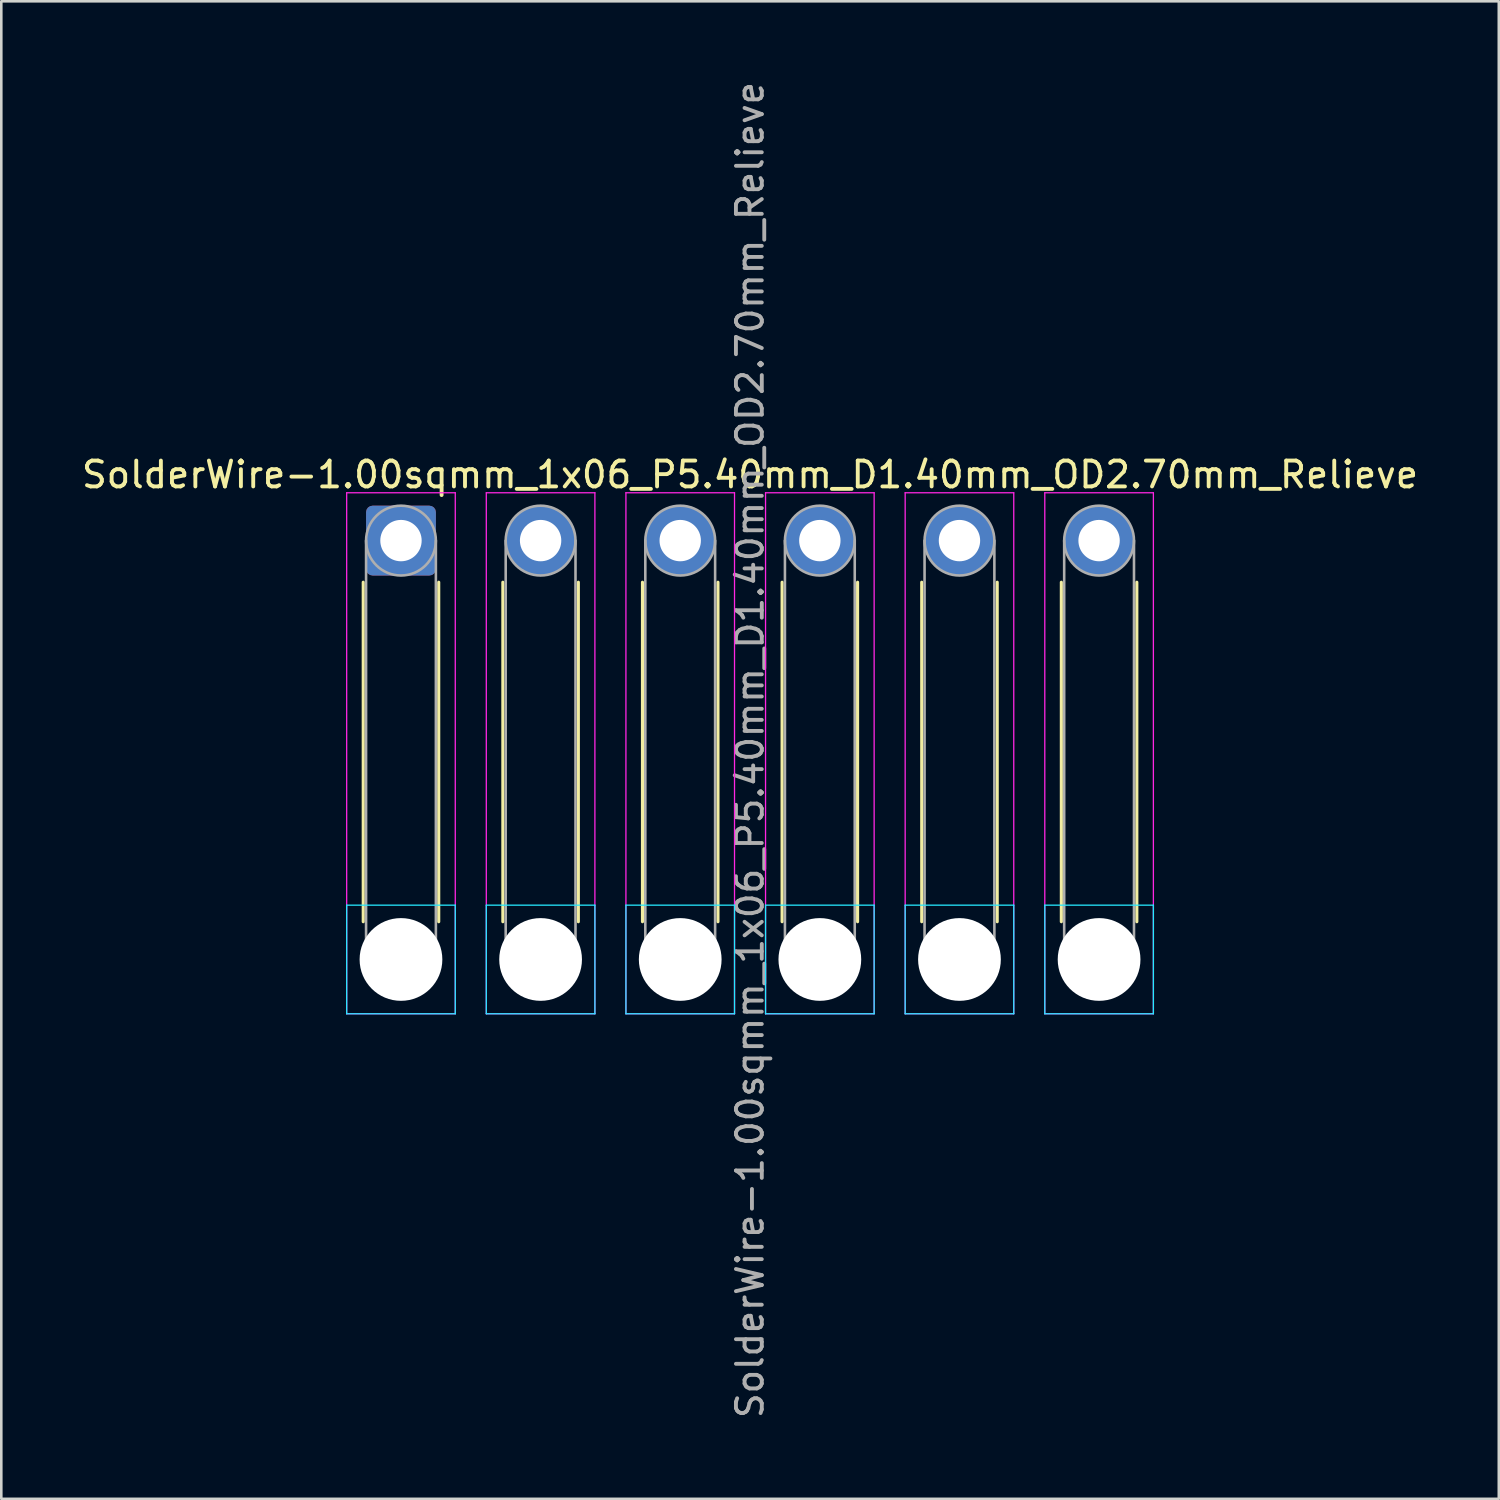
<source format=kicad_pcb>
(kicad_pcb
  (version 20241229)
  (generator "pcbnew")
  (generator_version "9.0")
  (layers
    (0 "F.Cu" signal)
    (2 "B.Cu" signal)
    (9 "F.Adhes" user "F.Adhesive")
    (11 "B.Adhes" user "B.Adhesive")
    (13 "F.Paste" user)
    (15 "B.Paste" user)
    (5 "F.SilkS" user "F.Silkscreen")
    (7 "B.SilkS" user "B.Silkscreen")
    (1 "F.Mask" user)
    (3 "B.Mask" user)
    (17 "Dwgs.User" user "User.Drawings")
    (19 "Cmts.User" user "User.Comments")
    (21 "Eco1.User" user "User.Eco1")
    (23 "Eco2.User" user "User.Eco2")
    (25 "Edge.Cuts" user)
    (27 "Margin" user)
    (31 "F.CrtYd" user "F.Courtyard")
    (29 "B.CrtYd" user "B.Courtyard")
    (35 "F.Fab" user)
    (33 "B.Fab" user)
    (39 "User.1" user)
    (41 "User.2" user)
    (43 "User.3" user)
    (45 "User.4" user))
  (footprint "SolderWire-1.00sqmm_1x06_P5.40mm_D1.40mm_OD2.70mm_Relieve"
    (layer "F.Cu")
    (at 12.458 17.858)
    (property "Reference" "SolderWire-1.00sqmm_1x06_P5.40mm_D1.40mm_OD2.70mm_Relieve" (at 13.5 -2.55 0) (layer "F.SilkS") (effects (font (size 1 1) (thickness 0.15))))
    (attr exclude_from_pos_files exclude_from_bom)
    (fp_line (start -1.46 1.61) (end -1.46 14.74) (stroke (width 0.12) (type solid)) (layer "F.SilkS"))
    (fp_line (start 1.46 1.61) (end 1.46 14.74) (stroke (width 0.12) (type solid)) (layer "F.SilkS"))
    (fp_line (start 3.94 1.61) (end 3.94 14.74) (stroke (width 0.12) (type solid)) (layer "F.SilkS"))
    (fp_line (start 6.86 1.61) (end 6.86 14.74) (stroke (width 0.12) (type solid)) (layer "F.SilkS"))
    (fp_line (start 9.34 1.61) (end 9.34 14.74) (stroke (width 0.12) (type solid)) (layer "F.SilkS"))
    (fp_line (start 12.26 1.61) (end 12.26 14.74) (stroke (width 0.12) (type solid)) (layer "F.SilkS"))
    (fp_line (start 14.74 1.61) (end 14.74 14.74) (stroke (width 0.12) (type solid)) (layer "F.SilkS"))
    (fp_line (start 17.66 1.61) (end 17.66 14.74) (stroke (width 0.12) (type solid)) (layer "F.SilkS"))
    (fp_line (start 20.14 1.61) (end 20.14 14.74) (stroke (width 0.12) (type solid)) (layer "F.SilkS"))
    (fp_line (start 23.06 1.61) (end 23.06 14.74) (stroke (width 0.12) (type solid)) (layer "F.SilkS"))
    (fp_line (start 25.54 1.61) (end 25.54 14.74) (stroke (width 0.12) (type solid)) (layer "F.SilkS"))
    (fp_line (start 28.46 1.61) (end 28.46 14.74) (stroke (width 0.12) (type solid)) (layer "F.SilkS"))
    (fp_line (start -2.1 14.1) (end -2.1 18.3) (stroke (width 0.05) (type solid)) (layer "B.CrtYd"))
    (fp_line (start -2.1 18.3) (end 2.1 18.3) (stroke (width 0.05) (type solid)) (layer "B.CrtYd"))
    (fp_line (start 2.1 14.1) (end -2.1 14.1) (stroke (width 0.05) (type solid)) (layer "B.CrtYd"))
    (fp_line (start 2.1 18.3) (end 2.1 14.1) (stroke (width 0.05) (type solid)) (layer "B.CrtYd"))
    (fp_line (start 3.3 14.1) (end 3.3 18.3) (stroke (width 0.05) (type solid)) (layer "B.CrtYd"))
    (fp_line (start 3.3 18.3) (end 7.5 18.3) (stroke (width 0.05) (type solid)) (layer "B.CrtYd"))
    (fp_line (start 7.5 14.1) (end 3.3 14.1) (stroke (width 0.05) (type solid)) (layer "B.CrtYd"))
    (fp_line (start 7.5 18.3) (end 7.5 14.1) (stroke (width 0.05) (type solid)) (layer "B.CrtYd"))
    (fp_line (start 8.7 14.1) (end 8.7 18.3) (stroke (width 0.05) (type solid)) (layer "B.CrtYd"))
    (fp_line (start 8.7 18.3) (end 12.9 18.3) (stroke (width 0.05) (type solid)) (layer "B.CrtYd"))
    (fp_line (start 12.9 14.1) (end 8.7 14.1) (stroke (width 0.05) (type solid)) (layer "B.CrtYd"))
    (fp_line (start 12.9 18.3) (end 12.9 14.1) (stroke (width 0.05) (type solid)) (layer "B.CrtYd"))
    (fp_line (start 14.1 14.1) (end 14.1 18.3) (stroke (width 0.05) (type solid)) (layer "B.CrtYd"))
    (fp_line (start 14.1 18.3) (end 18.3 18.3) (stroke (width 0.05) (type solid)) (layer "B.CrtYd"))
    (fp_line (start 18.3 14.1) (end 14.1 14.1) (stroke (width 0.05) (type solid)) (layer "B.CrtYd"))
    (fp_line (start 18.3 18.3) (end 18.3 14.1) (stroke (width 0.05) (type solid)) (layer "B.CrtYd"))
    (fp_line (start 19.5 14.1) (end 19.5 18.3) (stroke (width 0.05) (type solid)) (layer "B.CrtYd"))
    (fp_line (start 19.5 18.3) (end 23.7 18.3) (stroke (width 0.05) (type solid)) (layer "B.CrtYd"))
    (fp_line (start 23.7 14.1) (end 19.5 14.1) (stroke (width 0.05) (type solid)) (layer "B.CrtYd"))
    (fp_line (start 23.7 18.3) (end 23.7 14.1) (stroke (width 0.05) (type solid)) (layer "B.CrtYd"))
    (fp_line (start 24.9 14.1) (end 24.9 18.3) (stroke (width 0.05) (type solid)) (layer "B.CrtYd"))
    (fp_line (start 24.9 18.3) (end 29.1 18.3) (stroke (width 0.05) (type solid)) (layer "B.CrtYd"))
    (fp_line (start 29.1 14.1) (end 24.9 14.1) (stroke (width 0.05) (type solid)) (layer "B.CrtYd"))
    (fp_line (start 29.1 18.3) (end 29.1 14.1) (stroke (width 0.05) (type solid)) (layer "B.CrtYd"))
    (fp_line (start -2.1 -1.85) (end -2.1 18.3) (stroke (width 0.05) (type solid)) (layer "F.CrtYd"))
    (fp_line (start -2.1 18.3) (end 2.1 18.3) (stroke (width 0.05) (type solid)) (layer "F.CrtYd"))
    (fp_line (start 2.1 -1.85) (end -2.1 -1.85) (stroke (width 0.05) (type solid)) (layer "F.CrtYd"))
    (fp_line (start 2.1 18.3) (end 2.1 -1.85) (stroke (width 0.05) (type solid)) (layer "F.CrtYd"))
    (fp_line (start 3.3 -1.85) (end 3.3 18.3) (stroke (width 0.05) (type solid)) (layer "F.CrtYd"))
    (fp_line (start 3.3 18.3) (end 7.5 18.3) (stroke (width 0.05) (type solid)) (layer "F.CrtYd"))
    (fp_line (start 7.5 -1.85) (end 3.3 -1.85) (stroke (width 0.05) (type solid)) (layer "F.CrtYd"))
    (fp_line (start 7.5 18.3) (end 7.5 -1.85) (stroke (width 0.05) (type solid)) (layer "F.CrtYd"))
    (fp_line (start 8.7 -1.85) (end 8.7 18.3) (stroke (width 0.05) (type solid)) (layer "F.CrtYd"))
    (fp_line (start 8.7 18.3) (end 12.9 18.3) (stroke (width 0.05) (type solid)) (layer "F.CrtYd"))
    (fp_line (start 12.9 -1.85) (end 8.7 -1.85) (stroke (width 0.05) (type solid)) (layer "F.CrtYd"))
    (fp_line (start 12.9 18.3) (end 12.9 -1.85) (stroke (width 0.05) (type solid)) (layer "F.CrtYd"))
    (fp_line (start 14.1 -1.85) (end 14.1 18.3) (stroke (width 0.05) (type solid)) (layer "F.CrtYd"))
    (fp_line (start 14.1 18.3) (end 18.3 18.3) (stroke (width 0.05) (type solid)) (layer "F.CrtYd"))
    (fp_line (start 18.3 -1.85) (end 14.1 -1.85) (stroke (width 0.05) (type solid)) (layer "F.CrtYd"))
    (fp_line (start 18.3 18.3) (end 18.3 -1.85) (stroke (width 0.05) (type solid)) (layer "F.CrtYd"))
    (fp_line (start 19.5 -1.85) (end 19.5 18.3) (stroke (width 0.05) (type solid)) (layer "F.CrtYd"))
    (fp_line (start 19.5 18.3) (end 23.7 18.3) (stroke (width 0.05) (type solid)) (layer "F.CrtYd"))
    (fp_line (start 23.7 -1.85) (end 19.5 -1.85) (stroke (width 0.05) (type solid)) (layer "F.CrtYd"))
    (fp_line (start 23.7 18.3) (end 23.7 -1.85) (stroke (width 0.05) (type solid)) (layer "F.CrtYd"))
    (fp_line (start 24.9 -1.85) (end 24.9 18.3) (stroke (width 0.05) (type solid)) (layer "F.CrtYd"))
    (fp_line (start 24.9 18.3) (end 29.1 18.3) (stroke (width 0.05) (type solid)) (layer "F.CrtYd"))
    (fp_line (start 29.1 -1.85) (end 24.9 -1.85) (stroke (width 0.05) (type solid)) (layer "F.CrtYd"))
    (fp_line (start 29.1 18.3) (end 29.1 -1.85) (stroke (width 0.05) (type solid)) (layer "F.CrtYd"))
    (fp_line (start -1.35 0) (end -1.35 16.2) (stroke (width 0.1) (type solid)) (layer "F.Fab"))
    (fp_line (start 1.35 0) (end 1.35 16.2) (stroke (width 0.1) (type solid)) (layer "F.Fab"))
    (fp_line (start 4.05 0) (end 4.05 16.2) (stroke (width 0.1) (type solid)) (layer "F.Fab"))
    (fp_line (start 6.75 0) (end 6.75 16.2) (stroke (width 0.1) (type solid)) (layer "F.Fab"))
    (fp_line (start 9.45 0) (end 9.45 16.2) (stroke (width 0.1) (type solid)) (layer "F.Fab"))
    (fp_line (start 12.15 0) (end 12.15 16.2) (stroke (width 0.1) (type solid)) (layer "F.Fab"))
    (fp_line (start 14.85 0) (end 14.85 16.2) (stroke (width 0.1) (type solid)) (layer "F.Fab"))
    (fp_line (start 17.55 0) (end 17.55 16.2) (stroke (width 0.1) (type solid)) (layer "F.Fab"))
    (fp_line (start 20.25 0) (end 20.25 16.2) (stroke (width 0.1) (type solid)) (layer "F.Fab"))
    (fp_line (start 22.95 0) (end 22.95 16.2) (stroke (width 0.1) (type solid)) (layer "F.Fab"))
    (fp_line (start 25.65 0) (end 25.65 16.2) (stroke (width 0.1) (type solid)) (layer "F.Fab"))
    (fp_line (start 28.35 0) (end 28.35 16.2) (stroke (width 0.1) (type solid)) (layer "F.Fab"))
    (fp_circle (center 0 0) (end 1.35 0) (stroke (width 0.1) (type solid)) (fill no) (layer "F.Fab"))
    (fp_circle (center 0 16.2) (end 1.35 16.2) (stroke (width 0.1) (type solid)) (fill no) (layer "F.Fab"))
    (fp_circle (center 5.4 0) (end 6.75 0) (stroke (width 0.1) (type solid)) (fill no) (layer "F.Fab"))
    (fp_circle (center 5.4 16.2) (end 6.75 16.2) (stroke (width 0.1) (type solid)) (fill no) (layer "F.Fab"))
    (fp_circle (center 10.8 0) (end 12.15 0) (stroke (width 0.1) (type solid)) (fill no) (layer "F.Fab"))
    (fp_circle (center 10.8 16.2) (end 12.15 16.2) (stroke (width 0.1) (type solid)) (fill no) (layer "F.Fab"))
    (fp_circle (center 16.2 0) (end 17.55 0) (stroke (width 0.1) (type solid)) (fill no) (layer "F.Fab"))
    (fp_circle (center 16.2 16.2) (end 17.55 16.2) (stroke (width 0.1) (type solid)) (fill no) (layer "F.Fab"))
    (fp_circle (center 21.6 0) (end 22.95 0) (stroke (width 0.1) (type solid)) (fill no) (layer "F.Fab"))
    (fp_circle (center 21.6 16.2) (end 22.95 16.2) (stroke (width 0.1) (type solid)) (fill no) (layer "F.Fab"))
    (fp_circle (center 27 0) (end 28.35 0) (stroke (width 0.1) (type solid)) (fill no) (layer "F.Fab"))
    (fp_circle (center 27 16.2) (end 28.35 16.2) (stroke (width 0.1) (type solid)) (fill no) (layer "F.Fab"))
    (fp_text user "${REFERENCE}" (at 13.5 8.1 90) (layer "F.Fab") (effects (font (size 1 1) (thickness 0.15))))
    (pad "" np_thru_hole circle (at 0 16.2) (size 3.2 3.2) (drill 3.2) (layers "*.Cu" "*.Mask"))
    (pad "" np_thru_hole circle (at 5.4 16.2) (size 3.2 3.2) (drill 3.2) (layers "*.Cu" "*.Mask"))
    (pad "" np_thru_hole circle (at 10.8 16.2) (size 3.2 3.2) (drill 3.2) (layers "*.Cu" "*.Mask"))
    (pad "" np_thru_hole circle (at 16.2 16.2) (size 3.2 3.2) (drill 3.2) (layers "*.Cu" "*.Mask"))
    (pad "" np_thru_hole circle (at 21.6 16.2) (size 3.2 3.2) (drill 3.2) (layers "*.Cu" "*.Mask"))
    (pad "" np_thru_hole circle (at 27 16.2) (size 3.2 3.2) (drill 3.2) (layers "*.Cu" "*.Mask"))
    (pad "1" thru_hole roundrect (at 0 0) (size 2.7 2.7) (drill 1.6) (layers "*.Cu" "*.Mask") (roundrect_rratio 0.093))
    (pad "2" thru_hole circle (at 5.4 0) (size 2.7 2.7) (drill 1.6) (layers "*.Cu" "*.Mask"))
    (pad "3" thru_hole circle (at 10.8 0) (size 2.7 2.7) (drill 1.6) (layers "*.Cu" "*.Mask"))
    (pad "4" thru_hole circle (at 16.2 0) (size 2.7 2.7) (drill 1.6) (layers "*.Cu" "*.Mask"))
    (pad "5" thru_hole circle (at 21.6 0) (size 2.7 2.7) (drill 1.6) (layers "*.Cu" "*.Mask"))
    (pad "6" thru_hole circle (at 27 0) (size 2.7 2.7) (drill 1.6) (layers "*.Cu" "*.Mask")))
  (gr_rect
    (start -3 -3)
    (end 54.917 54.917)
    (stroke (width 0.1) (type default))
    (fill no)
    (layer "Edge.Cuts")))
</source>
